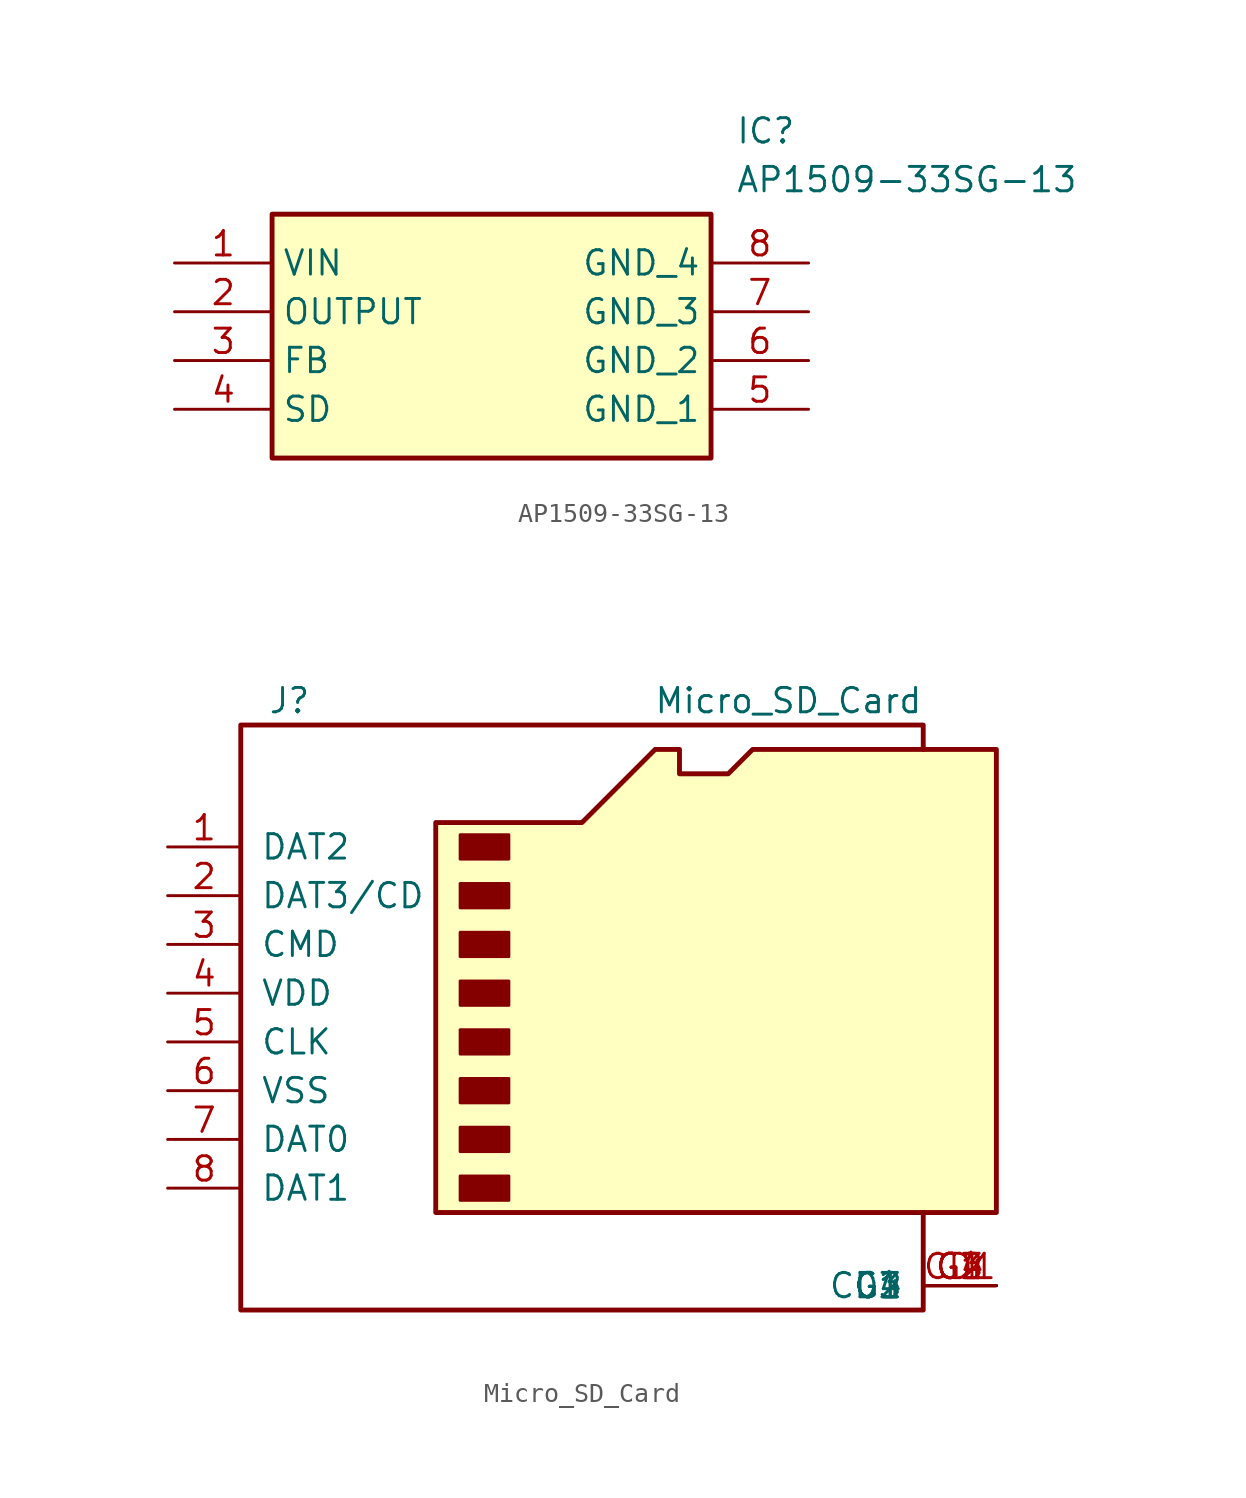
<source format=kicad_sym>
(kicad_symbol_lib
  (version 20231120)
  (generator "kicad_symbol_editor")
  (generator_version "8.0")
  (symbol "AP1509-33SG-13"
    (property "Reference" "IC"
      (at 29.21 7.62 0)
      (effects (font (size 1.27 1.27)) (justify left top)))
    (property "Value" "AP1509-33SG-13"
      (at 29.21 5.08 0)
      (effects (font (size 1.27 1.27)) (justify left top)))
    (symbol "AP1509-33SG-13_1_1"
      (rectangle (start 5.08 2.54) (end 27.94 -10.16) (stroke (width 0.254) (type default)) (fill (type background)))
      (pin passive line (at 0 0 0) (length 5.08) (name "VIN" (effects (font (size 1.27 1.27)))) (number "1" (effects (font (size 1.27 1.27)))))
      (pin passive line (at 0 -2.54 0) (length 5.08) (name "OUTPUT" (effects (font (size 1.27 1.27)))) (number "2" (effects (font (size 1.27 1.27)))))
      (pin passive line (at 0 -5.08 0) (length 5.08) (name "FB" (effects (font (size 1.27 1.27)))) (number "3" (effects (font (size 1.27 1.27)))))
      (pin passive line (at 0 -7.62 0) (length 5.08) (name "SD" (effects (font (size 1.27 1.27)))) (number "4" (effects (font (size 1.27 1.27)))))
      (pin passive line (at 33.02 -7.62 180) (length 5.08) (name "GND_1" (effects (font (size 1.27 1.27)))) (number "5" (effects (font (size 1.27 1.27)))))
      (pin passive line (at 33.02 -5.08 180) (length 5.08) (name "GND_2" (effects (font (size 1.27 1.27)))) (number "6" (effects (font (size 1.27 1.27)))))
      (pin passive line (at 33.02 -2.54 180) (length 5.08) (name "GND_3" (effects (font (size 1.27 1.27)))) (number "7" (effects (font (size 1.27 1.27)))))
      (pin passive line (at 33.02 0 180) (length 5.08) (name "GND_4" (effects (font (size 1.27 1.27)))) (number "8" (effects (font (size 1.27 1.27)))))))
  (symbol "Micro_SD_Card"
    (pin_names
      (offset 1.016))
    (property "Reference" "J"
      (at -16.51 15.24 0)
      (effects (font (size 1.27 1.27))))
    (property "Value" "Micro_SD_Card"
      (at 16.51 15.24 0)
      (effects (font (size 1.27 1.27)) (justify right)))
    (symbol "Micro_SD_Card_0_1"
      (rectangle (start -7.62 -9.525) (end -5.08 -10.795) (stroke (width 0) (type default)) (fill (type outline)))
      (rectangle (start -7.62 -6.985) (end -5.08 -8.255) (stroke (width 0) (type default)) (fill (type outline)))
      (rectangle (start -7.62 -4.445) (end -5.08 -5.715) (stroke (width 0) (type default)) (fill (type outline)))
      (rectangle (start -7.62 -1.905) (end -5.08 -3.175) (stroke (width 0) (type default)) (fill (type outline)))
      (rectangle (start -7.62 0.635) (end -5.08 -0.635) (stroke (width 0) (type default)) (fill (type outline)))
      (rectangle (start -7.62 3.175) (end -5.08 1.905) (stroke (width 0) (type default)) (fill (type outline)))
      (rectangle (start -7.62 5.715) (end -5.08 4.445) (stroke (width 0) (type default)) (fill (type outline)))
      (rectangle (start -7.62 8.255) (end -5.08 6.985) (stroke (width 0) (type default)) (fill (type outline)))
      (polyline (pts (xy 16.51 12.7) (xy 16.51 13.97) (xy -19.05 13.97) (xy -19.05 -16.51) (xy 16.51 -16.51) (xy 16.51 -11.43)) (stroke (width 0.254) (type default)) (fill (type none)))
      (polyline (pts (xy -8.89 -11.43) (xy -8.89 8.89) (xy -1.27 8.89) (xy 2.54 12.7) (xy 3.81 12.7) (xy 3.81 11.43) (xy 6.35 11.43) (xy 7.62 12.7) (xy 20.32 12.7) (xy 20.32 -11.43) (xy -8.89 -11.43)) (stroke (width 0.254) (type default)) (fill (type background))))
    (symbol "Micro_SD_Card_1_1"
      (pin bidirectional line (at -22.86 7.62 0) (length 3.81) (name "DAT2" (effects (font (size 1.27 1.27)))) (number "1" (effects (font (size 1.27 1.27)))))
      (pin bidirectional line (at -22.86 5.08 0) (length 3.81) (name "DAT3/CD" (effects (font (size 1.27 1.27)))) (number "2" (effects (font (size 1.27 1.27)))))
      (pin input line (at -22.86 2.54 0) (length 3.81) (name "CMD" (effects (font (size 1.27 1.27)))) (number "3" (effects (font (size 1.27 1.27)))))
      (pin power_in line (at -22.86 0 0) (length 3.81) (name "VDD" (effects (font (size 1.27 1.27)))) (number "4" (effects (font (size 1.27 1.27)))))
      (pin input line (at -22.86 -2.54 0) (length 3.81) (name "CLK" (effects (font (size 1.27 1.27)))) (number "5" (effects (font (size 1.27 1.27)))))
      (pin power_in line (at -22.86 -5.08 0) (length 3.81) (name "VSS" (effects (font (size 1.27 1.27)))) (number "6" (effects (font (size 1.27 1.27)))))
      (pin bidirectional line (at -22.86 -7.62 0) (length 3.81) (name "DAT0" (effects (font (size 1.27 1.27)))) (number "7" (effects (font (size 1.27 1.27)))))
      (pin bidirectional line (at -22.86 -10.16 0) (length 3.81) (name "DAT1" (effects (font (size 1.27 1.27)))) (number "8" (effects (font (size 1.27 1.27)))))
      (pin passive line (at 20.32 -15.24 180) (length 3.81) (name "CD1" (effects (font (size 1.27 1.27)))) (number "CD1" (effects (font (size 1.27 1.27)))))
      (pin passive line (at 20.32 -15.24 180) (length 3.81) (name "G1" (effects (font (size 1.27 1.27)))) (number "G1" (effects (font (size 1.27 1.27)))))
      (pin passive line (at 20.32 -15.24 180) (length 3.81) (name "G2" (effects (font (size 1.27 1.27)))) (number "G2" (effects (font (size 1.27 1.27)))))
      (pin passive line (at 20.32 -15.24 180) (length 3.81) (name "G3" (effects (font (size 1.27 1.27)))) (number "G3" (effects (font (size 1.27 1.27)))))
      (pin passive line (at 20.32 -15.24 180) (length 3.81) (name "G4" (effects (font (size 1.27 1.27)))) (number "G4" (effects (font (size 1.27 1.27))))))))
</source>
